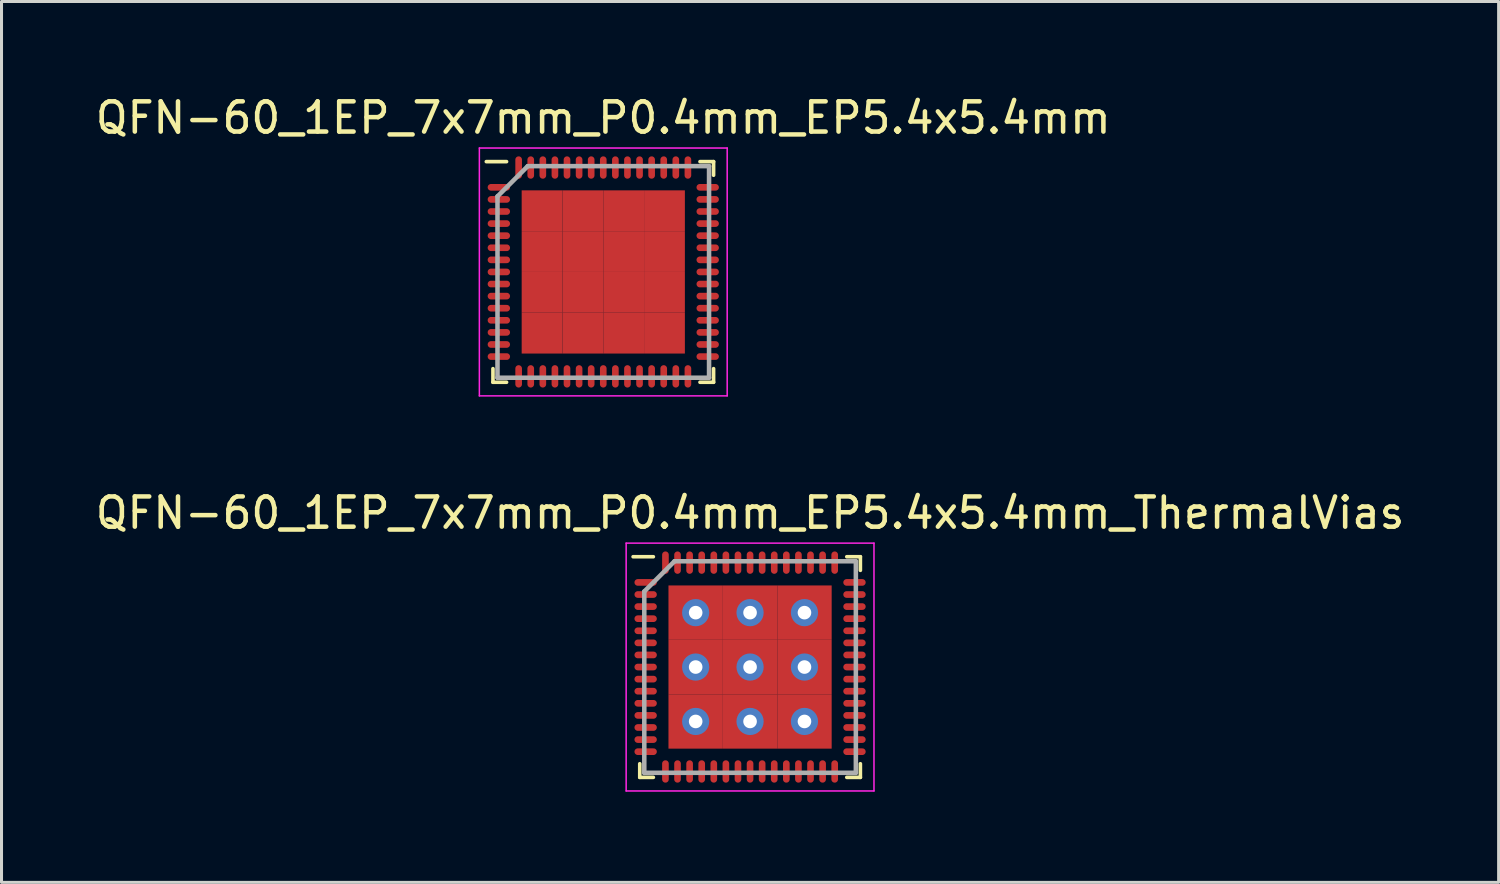
<source format=kicad_pcb>
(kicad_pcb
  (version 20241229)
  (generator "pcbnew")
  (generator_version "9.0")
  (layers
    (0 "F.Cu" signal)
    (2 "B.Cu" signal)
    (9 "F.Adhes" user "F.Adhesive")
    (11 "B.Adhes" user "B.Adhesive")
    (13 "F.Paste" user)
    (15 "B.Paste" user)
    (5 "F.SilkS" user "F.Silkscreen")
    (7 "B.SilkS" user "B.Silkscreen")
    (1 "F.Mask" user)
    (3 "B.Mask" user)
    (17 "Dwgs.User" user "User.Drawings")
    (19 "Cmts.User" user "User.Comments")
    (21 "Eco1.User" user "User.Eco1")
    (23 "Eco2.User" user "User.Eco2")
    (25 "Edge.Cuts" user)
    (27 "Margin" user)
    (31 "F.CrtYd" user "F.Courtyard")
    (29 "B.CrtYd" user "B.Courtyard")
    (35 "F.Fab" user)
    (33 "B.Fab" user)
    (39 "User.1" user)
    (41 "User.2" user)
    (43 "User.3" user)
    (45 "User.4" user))
  (footprint "QFN-60_1EP_7x7mm_P0.4mm_EP5.4x5.4mm"
    (layer "F.Cu")
    (at 16.911 5.948)
    (property "Reference" "QFN-60_1EP_7x7mm_P0.4mm_EP5.4x5.4mm" (at 0 -5.1 0) (layer "F.SilkS") (effects (font (size 1 1) (thickness 0.15))))
    (attr smd)
    (fp_line (start -3.65 3.65) (end -3.65 3.2) (stroke (width 0.12) (type solid)) (layer "F.SilkS"))
    (fp_line (start -3.2 -3.65) (end -3.87 -3.65) (stroke (width 0.12) (type solid)) (layer "F.SilkS"))
    (fp_line (start -3.2 3.65) (end -3.65 3.65) (stroke (width 0.12) (type solid)) (layer "F.SilkS"))
    (fp_line (start 3.2 -3.65) (end 3.65 -3.65) (stroke (width 0.12) (type solid)) (layer "F.SilkS"))
    (fp_line (start 3.2 3.65) (end 3.65 3.65) (stroke (width 0.12) (type solid)) (layer "F.SilkS"))
    (fp_line (start 3.65 -3.65) (end 3.65 -3.2) (stroke (width 0.12) (type solid)) (layer "F.SilkS"))
    (fp_line (start 3.65 3.65) (end 3.65 3.2) (stroke (width 0.12) (type solid)) (layer "F.SilkS"))
    (fp_line (start -4.1 -4.1) (end 4.1 -4.1) (stroke (width 0.05) (type solid)) (layer "F.CrtYd"))
    (fp_line (start -4.1 4.1) (end -4.1 -4.1) (stroke (width 0.05) (type solid)) (layer "F.CrtYd"))
    (fp_line (start 4.1 -4.1) (end 4.1 4.1) (stroke (width 0.05) (type solid)) (layer "F.CrtYd"))
    (fp_line (start 4.1 4.1) (end -4.1 4.1) (stroke (width 0.05) (type solid)) (layer "F.CrtYd"))
    (fp_line (start -3.5 -2.5) (end -3.5 3.5) (stroke (width 0.15) (type solid)) (layer "F.Fab"))
    (fp_line (start -3.5 3.5) (end 3.5 3.5) (stroke (width 0.15) (type solid)) (layer "F.Fab"))
    (fp_line (start -2.5 -3.5) (end -3.5 -2.5) (stroke (width 0.15) (type solid)) (layer "F.Fab"))
    (fp_line (start 3.5 -3.5) (end -2.5 -3.5) (stroke (width 0.15) (type solid)) (layer "F.Fab"))
    (fp_line (start 3.5 3.5) (end 3.5 -3.5) (stroke (width 0.15) (type solid)) (layer "F.Fab"))
    (pad "1" smd oval (at -3.455 -2.8 90) (size 0.22 0.74) (layers "F.Cu" "F.Mask" "F.Paste"))
    (pad "2" smd oval (at -3.455 -2.4 90) (size 0.22 0.74) (layers "F.Cu" "F.Mask" "F.Paste"))
    (pad "3" smd oval (at -3.455 -2 90) (size 0.22 0.74) (layers "F.Cu" "F.Mask" "F.Paste"))
    (pad "4" smd oval (at -3.455 -1.6 90) (size 0.22 0.74) (layers "F.Cu" "F.Mask" "F.Paste"))
    (pad "5" smd oval (at -3.455 -1.2 90) (size 0.22 0.74) (layers "F.Cu" "F.Mask" "F.Paste"))
    (pad "6" smd oval (at -3.455 -0.8 90) (size 0.22 0.74) (layers "F.Cu" "F.Mask" "F.Paste"))
    (pad "7" smd oval (at -3.455 -0.4 90) (size 0.22 0.74) (layers "F.Cu" "F.Mask" "F.Paste"))
    (pad "8" smd oval (at -3.455 0 90) (size 0.22 0.74) (layers "F.Cu" "F.Mask" "F.Paste"))
    (pad "9" smd oval (at -3.455 0.4 90) (size 0.22 0.74) (layers "F.Cu" "F.Mask" "F.Paste"))
    (pad "10" smd oval (at -3.455 0.8 90) (size 0.22 0.74) (layers "F.Cu" "F.Mask" "F.Paste"))
    (pad "11" smd oval (at -3.455 1.2 90) (size 0.22 0.74) (layers "F.Cu" "F.Mask" "F.Paste"))
    (pad "12" smd oval (at -3.455 1.6 90) (size 0.22 0.74) (layers "F.Cu" "F.Mask" "F.Paste"))
    (pad "13" smd oval (at -3.455 2 90) (size 0.22 0.74) (layers "F.Cu" "F.Mask" "F.Paste"))
    (pad "14" smd oval (at -3.455 2.4 90) (size 0.22 0.74) (layers "F.Cu" "F.Mask" "F.Paste"))
    (pad "15" smd oval (at -3.455 2.8 90) (size 0.22 0.74) (layers "F.Cu" "F.Mask" "F.Paste"))
    (pad "16" smd oval (at -2.8 3.455) (size 0.22 0.74) (layers "F.Cu" "F.Mask" "F.Paste"))
    (pad "17" smd oval (at -2.4 3.455) (size 0.22 0.74) (layers "F.Cu" "F.Mask" "F.Paste"))
    (pad "18" smd oval (at -2 3.455) (size 0.22 0.74) (layers "F.Cu" "F.Mask" "F.Paste"))
    (pad "19" smd oval (at -1.6 3.455) (size 0.22 0.74) (layers "F.Cu" "F.Mask" "F.Paste"))
    (pad "20" smd oval (at -1.2 3.455) (size 0.22 0.74) (layers "F.Cu" "F.Mask" "F.Paste"))
    (pad "21" smd oval (at -0.8 3.455) (size 0.22 0.74) (layers "F.Cu" "F.Mask" "F.Paste"))
    (pad "22" smd oval (at -0.4 3.455) (size 0.22 0.74) (layers "F.Cu" "F.Mask" "F.Paste"))
    (pad "23" smd oval (at 0 3.455) (size 0.22 0.74) (layers "F.Cu" "F.Mask" "F.Paste"))
    (pad "24" smd oval (at 0.4 3.455) (size 0.22 0.74) (layers "F.Cu" "F.Mask" "F.Paste"))
    (pad "25" smd oval (at 0.8 3.455) (size 0.22 0.74) (layers "F.Cu" "F.Mask" "F.Paste"))
    (pad "26" smd oval (at 1.2 3.455) (size 0.22 0.74) (layers "F.Cu" "F.Mask" "F.Paste"))
    (pad "27" smd oval (at 1.6 3.455) (size 0.22 0.74) (layers "F.Cu" "F.Mask" "F.Paste"))
    (pad "28" smd oval (at 2 3.455) (size 0.22 0.74) (layers "F.Cu" "F.Mask" "F.Paste"))
    (pad "29" smd oval (at 2.4 3.455) (size 0.22 0.74) (layers "F.Cu" "F.Mask" "F.Paste"))
    (pad "30" smd oval (at 2.8 3.455) (size 0.22 0.74) (layers "F.Cu" "F.Mask" "F.Paste"))
    (pad "31" smd oval (at 3.455 2.8 90) (size 0.22 0.74) (layers "F.Cu" "F.Mask" "F.Paste"))
    (pad "32" smd oval (at 3.455 2.4 90) (size 0.22 0.74) (layers "F.Cu" "F.Mask" "F.Paste"))
    (pad "33" smd oval (at 3.455 2 90) (size 0.22 0.74) (layers "F.Cu" "F.Mask" "F.Paste"))
    (pad "34" smd oval (at 3.455 1.6 90) (size 0.22 0.74) (layers "F.Cu" "F.Mask" "F.Paste"))
    (pad "35" smd oval (at 3.455 1.2 90) (size 0.22 0.74) (layers "F.Cu" "F.Mask" "F.Paste"))
    (pad "36" smd oval (at 3.455 0.8 90) (size 0.22 0.74) (layers "F.Cu" "F.Mask" "F.Paste"))
    (pad "37" smd oval (at 3.455 0.4 90) (size 0.22 0.74) (layers "F.Cu" "F.Mask" "F.Paste"))
    (pad "38" smd oval (at 3.455 0 90) (size 0.22 0.74) (layers "F.Cu" "F.Mask" "F.Paste"))
    (pad "39" smd oval (at 3.455 -0.4 90) (size 0.22 0.74) (layers "F.Cu" "F.Mask" "F.Paste"))
    (pad "40" smd oval (at 3.455 -0.8 90) (size 0.22 0.74) (layers "F.Cu" "F.Mask" "F.Paste"))
    (pad "41" smd oval (at 3.455 -1.2 90) (size 0.22 0.74) (layers "F.Cu" "F.Mask" "F.Paste"))
    (pad "42" smd oval (at 3.455 -1.6 90) (size 0.22 0.74) (layers "F.Cu" "F.Mask" "F.Paste"))
    (pad "43" smd oval (at 3.455 -2 90) (size 0.22 0.74) (layers "F.Cu" "F.Mask" "F.Paste"))
    (pad "44" smd oval (at 3.455 -2.4 90) (size 0.22 0.74) (layers "F.Cu" "F.Mask" "F.Paste"))
    (pad "45" smd oval (at 3.455 -2.8 90) (size 0.22 0.74) (layers "F.Cu" "F.Mask" "F.Paste"))
    (pad "46" smd oval (at 2.8 -3.455) (size 0.22 0.74) (layers "F.Cu" "F.Mask" "F.Paste"))
    (pad "47" smd oval (at 2.4 -3.455) (size 0.22 0.74) (layers "F.Cu" "F.Mask" "F.Paste"))
    (pad "48" smd oval (at 2 -3.455) (size 0.22 0.74) (layers "F.Cu" "F.Mask" "F.Paste"))
    (pad "49" smd oval (at 1.6 -3.455) (size 0.22 0.74) (layers "F.Cu" "F.Mask" "F.Paste"))
    (pad "50" smd oval (at 1.2 -3.455) (size 0.22 0.74) (layers "F.Cu" "F.Mask" "F.Paste"))
    (pad "51" smd oval (at 0.8 -3.455) (size 0.22 0.74) (layers "F.Cu" "F.Mask" "F.Paste"))
    (pad "52" smd oval (at 0.4 -3.455) (size 0.22 0.74) (layers "F.Cu" "F.Mask" "F.Paste"))
    (pad "53" smd oval (at 0 -3.455) (size 0.22 0.74) (layers "F.Cu" "F.Mask" "F.Paste"))
    (pad "54" smd oval (at -0.4 -3.455) (size 0.22 0.74) (layers "F.Cu" "F.Mask" "F.Paste"))
    (pad "55" smd oval (at -0.8 -3.455) (size 0.22 0.74) (layers "F.Cu" "F.Mask" "F.Paste"))
    (pad "56" smd oval (at -1.2 -3.455) (size 0.22 0.74) (layers "F.Cu" "F.Mask" "F.Paste"))
    (pad "57" smd oval (at -1.6 -3.455) (size 0.22 0.74) (layers "F.Cu" "F.Mask" "F.Paste"))
    (pad "58" smd oval (at -2 -3.455) (size 0.22 0.74) (layers "F.Cu" "F.Mask" "F.Paste"))
    (pad "59" smd oval (at -2.4 -3.455) (size 0.22 0.74) (layers "F.Cu" "F.Mask" "F.Paste"))
    (pad "60" smd oval (at -2.8 -3.455) (size 0.22 0.74) (layers "F.Cu" "F.Mask" "F.Paste"))
    (pad "61" smd rect (at -2.025 -2.025) (size 1.35 1.35) (layers "F.Cu" "F.Mask" "F.Paste"))
    (pad "61" smd rect (at -2.025 -0.675) (size 1.35 1.35) (layers "F.Cu" "F.Mask" "F.Paste"))
    (pad "61" smd rect (at -2.025 0.675) (size 1.35 1.35) (layers "F.Cu" "F.Mask" "F.Paste"))
    (pad "61" smd rect (at -2.025 2.025) (size 1.35 1.35) (layers "F.Cu" "F.Mask" "F.Paste"))
    (pad "61" smd rect (at -0.675 -2.025) (size 1.35 1.35) (layers "F.Cu" "F.Mask" "F.Paste"))
    (pad "61" smd rect (at -0.675 -0.675) (size 1.35 1.35) (layers "F.Cu" "F.Mask" "F.Paste"))
    (pad "61" smd rect (at -0.675 0.675) (size 1.35 1.35) (layers "F.Cu" "F.Mask" "F.Paste"))
    (pad "61" smd rect (at -0.675 2.025) (size 1.35 1.35) (layers "F.Cu" "F.Mask" "F.Paste"))
    (pad "61" smd rect (at 0.675 -2.025) (size 1.35 1.35) (layers "F.Cu" "F.Mask" "F.Paste"))
    (pad "61" smd rect (at 0.675 -0.675) (size 1.35 1.35) (layers "F.Cu" "F.Mask" "F.Paste"))
    (pad "61" smd rect (at 0.675 0.675) (size 1.35 1.35) (layers "F.Cu" "F.Mask" "F.Paste"))
    (pad "61" smd rect (at 0.675 2.025) (size 1.35 1.35) (layers "F.Cu" "F.Mask" "F.Paste"))
    (pad "61" smd rect (at 2.025 -2.025) (size 1.35 1.35) (layers "F.Cu" "F.Mask" "F.Paste"))
    (pad "61" smd rect (at 2.025 -0.675) (size 1.35 1.35) (layers "F.Cu" "F.Mask" "F.Paste"))
    (pad "61" smd rect (at 2.025 0.675) (size 1.35 1.35) (layers "F.Cu" "F.Mask" "F.Paste"))
    (pad "61" smd rect (at 2.025 2.025) (size 1.35 1.35) (layers "F.Cu" "F.Mask" "F.Paste")))
  (footprint "QFN-60_1EP_7x7mm_P0.4mm_EP5.4x5.4mm_ThermalVias"
    (layer "F.Cu")
    (at 21.768 19.021)
    (property "Reference" "QFN-60_1EP_7x7mm_P0.4mm_EP5.4x5.4mm_ThermalVias" (at 0 -5.1 0) (layer "F.SilkS") (effects (font (size 1 1) (thickness 0.15))))
    (attr smd)
    (fp_line (start -3.65 3.65) (end -3.65 3.2) (stroke (width 0.12) (type solid)) (layer "F.SilkS"))
    (fp_line (start -3.2 -3.65) (end -3.87 -3.65) (stroke (width 0.12) (type solid)) (layer "F.SilkS"))
    (fp_line (start -3.2 3.65) (end -3.65 3.65) (stroke (width 0.12) (type solid)) (layer "F.SilkS"))
    (fp_line (start 3.2 -3.65) (end 3.65 -3.65) (stroke (width 0.12) (type solid)) (layer "F.SilkS"))
    (fp_line (start 3.2 3.65) (end 3.65 3.65) (stroke (width 0.12) (type solid)) (layer "F.SilkS"))
    (fp_line (start 3.65 -3.65) (end 3.65 -3.2) (stroke (width 0.12) (type solid)) (layer "F.SilkS"))
    (fp_line (start 3.65 3.65) (end 3.65 3.2) (stroke (width 0.12) (type solid)) (layer "F.SilkS"))
    (fp_line (start -4.1 -4.1) (end 4.1 -4.1) (stroke (width 0.05) (type solid)) (layer "F.CrtYd"))
    (fp_line (start -4.1 4.1) (end -4.1 -4.1) (stroke (width 0.05) (type solid)) (layer "F.CrtYd"))
    (fp_line (start 4.1 -4.1) (end 4.1 4.1) (stroke (width 0.05) (type solid)) (layer "F.CrtYd"))
    (fp_line (start 4.1 4.1) (end -4.1 4.1) (stroke (width 0.05) (type solid)) (layer "F.CrtYd"))
    (fp_line (start -3.5 -2.5) (end -3.5 3.5) (stroke (width 0.15) (type solid)) (layer "F.Fab"))
    (fp_line (start -3.5 3.5) (end 3.5 3.5) (stroke (width 0.15) (type solid)) (layer "F.Fab"))
    (fp_line (start -2.5 -3.5) (end -3.5 -2.5) (stroke (width 0.15) (type solid)) (layer "F.Fab"))
    (fp_line (start 3.5 -3.5) (end -2.5 -3.5) (stroke (width 0.15) (type solid)) (layer "F.Fab"))
    (fp_line (start 3.5 3.5) (end 3.5 -3.5) (stroke (width 0.15) (type solid)) (layer "F.Fab"))
    (pad "1" smd oval (at -3.455 -2.8 90) (size 0.22 0.74) (layers "F.Cu" "F.Mask" "F.Paste"))
    (pad "2" smd oval (at -3.455 -2.4 90) (size 0.22 0.74) (layers "F.Cu" "F.Mask" "F.Paste"))
    (pad "3" smd oval (at -3.455 -2 90) (size 0.22 0.74) (layers "F.Cu" "F.Mask" "F.Paste"))
    (pad "4" smd oval (at -3.455 -1.6 90) (size 0.22 0.74) (layers "F.Cu" "F.Mask" "F.Paste"))
    (pad "5" smd oval (at -3.455 -1.2 90) (size 0.22 0.74) (layers "F.Cu" "F.Mask" "F.Paste"))
    (pad "6" smd oval (at -3.455 -0.8 90) (size 0.22 0.74) (layers "F.Cu" "F.Mask" "F.Paste"))
    (pad "7" smd oval (at -3.455 -0.4 90) (size 0.22 0.74) (layers "F.Cu" "F.Mask" "F.Paste"))
    (pad "8" smd oval (at -3.455 0 90) (size 0.22 0.74) (layers "F.Cu" "F.Mask" "F.Paste"))
    (pad "9" smd oval (at -3.455 0.4 90) (size 0.22 0.74) (layers "F.Cu" "F.Mask" "F.Paste"))
    (pad "10" smd oval (at -3.455 0.8 90) (size 0.22 0.74) (layers "F.Cu" "F.Mask" "F.Paste"))
    (pad "11" smd oval (at -3.455 1.2 90) (size 0.22 0.74) (layers "F.Cu" "F.Mask" "F.Paste"))
    (pad "12" smd oval (at -3.455 1.6 90) (size 0.22 0.74) (layers "F.Cu" "F.Mask" "F.Paste"))
    (pad "13" smd oval (at -3.455 2 90) (size 0.22 0.74) (layers "F.Cu" "F.Mask" "F.Paste"))
    (pad "14" smd oval (at -3.455 2.4 90) (size 0.22 0.74) (layers "F.Cu" "F.Mask" "F.Paste"))
    (pad "15" smd oval (at -3.455 2.8 90) (size 0.22 0.74) (layers "F.Cu" "F.Mask" "F.Paste"))
    (pad "16" smd oval (at -2.8 3.455) (size 0.22 0.74) (layers "F.Cu" "F.Mask" "F.Paste"))
    (pad "17" smd oval (at -2.4 3.455) (size 0.22 0.74) (layers "F.Cu" "F.Mask" "F.Paste"))
    (pad "18" smd oval (at -2 3.455) (size 0.22 0.74) (layers "F.Cu" "F.Mask" "F.Paste"))
    (pad "19" smd oval (at -1.6 3.455) (size 0.22 0.74) (layers "F.Cu" "F.Mask" "F.Paste"))
    (pad "20" smd oval (at -1.2 3.455) (size 0.22 0.74) (layers "F.Cu" "F.Mask" "F.Paste"))
    (pad "21" smd oval (at -0.8 3.455) (size 0.22 0.74) (layers "F.Cu" "F.Mask" "F.Paste"))
    (pad "22" smd oval (at -0.4 3.455) (size 0.22 0.74) (layers "F.Cu" "F.Mask" "F.Paste"))
    (pad "23" smd oval (at 0 3.455) (size 0.22 0.74) (layers "F.Cu" "F.Mask" "F.Paste"))
    (pad "24" smd oval (at 0.4 3.455) (size 0.22 0.74) (layers "F.Cu" "F.Mask" "F.Paste"))
    (pad "25" smd oval (at 0.8 3.455) (size 0.22 0.74) (layers "F.Cu" "F.Mask" "F.Paste"))
    (pad "26" smd oval (at 1.2 3.455) (size 0.22 0.74) (layers "F.Cu" "F.Mask" "F.Paste"))
    (pad "27" smd oval (at 1.6 3.455) (size 0.22 0.74) (layers "F.Cu" "F.Mask" "F.Paste"))
    (pad "28" smd oval (at 2 3.455) (size 0.22 0.74) (layers "F.Cu" "F.Mask" "F.Paste"))
    (pad "29" smd oval (at 2.4 3.455) (size 0.22 0.74) (layers "F.Cu" "F.Mask" "F.Paste"))
    (pad "30" smd oval (at 2.8 3.455) (size 0.22 0.74) (layers "F.Cu" "F.Mask" "F.Paste"))
    (pad "31" smd oval (at 3.455 2.8 90) (size 0.22 0.74) (layers "F.Cu" "F.Mask" "F.Paste"))
    (pad "32" smd oval (at 3.455 2.4 90) (size 0.22 0.74) (layers "F.Cu" "F.Mask" "F.Paste"))
    (pad "33" smd oval (at 3.455 2 90) (size 0.22 0.74) (layers "F.Cu" "F.Mask" "F.Paste"))
    (pad "34" smd oval (at 3.455 1.6 90) (size 0.22 0.74) (layers "F.Cu" "F.Mask" "F.Paste"))
    (pad "35" smd oval (at 3.455 1.2 90) (size 0.22 0.74) (layers "F.Cu" "F.Mask" "F.Paste"))
    (pad "36" smd oval (at 3.455 0.8 90) (size 0.22 0.74) (layers "F.Cu" "F.Mask" "F.Paste"))
    (pad "37" smd oval (at 3.455 0.4 90) (size 0.22 0.74) (layers "F.Cu" "F.Mask" "F.Paste"))
    (pad "38" smd oval (at 3.455 0 90) (size 0.22 0.74) (layers "F.Cu" "F.Mask" "F.Paste"))
    (pad "39" smd oval (at 3.455 -0.4 90) (size 0.22 0.74) (layers "F.Cu" "F.Mask" "F.Paste"))
    (pad "40" smd oval (at 3.455 -0.8 90) (size 0.22 0.74) (layers "F.Cu" "F.Mask" "F.Paste"))
    (pad "41" smd oval (at 3.455 -1.2 90) (size 0.22 0.74) (layers "F.Cu" "F.Mask" "F.Paste"))
    (pad "42" smd oval (at 3.455 -1.6 90) (size 0.22 0.74) (layers "F.Cu" "F.Mask" "F.Paste"))
    (pad "43" smd oval (at 3.455 -2 90) (size 0.22 0.74) (layers "F.Cu" "F.Mask" "F.Paste"))
    (pad "44" smd oval (at 3.455 -2.4 90) (size 0.22 0.74) (layers "F.Cu" "F.Mask" "F.Paste"))
    (pad "45" smd oval (at 3.455 -2.8 90) (size 0.22 0.74) (layers "F.Cu" "F.Mask" "F.Paste"))
    (pad "46" smd oval (at 2.8 -3.455) (size 0.22 0.74) (layers "F.Cu" "F.Mask" "F.Paste"))
    (pad "47" smd oval (at 2.4 -3.455) (size 0.22 0.74) (layers "F.Cu" "F.Mask" "F.Paste"))
    (pad "48" smd oval (at 2 -3.455) (size 0.22 0.74) (layers "F.Cu" "F.Mask" "F.Paste"))
    (pad "49" smd oval (at 1.6 -3.455) (size 0.22 0.74) (layers "F.Cu" "F.Mask" "F.Paste"))
    (pad "50" smd oval (at 1.2 -3.455) (size 0.22 0.74) (layers "F.Cu" "F.Mask" "F.Paste"))
    (pad "51" smd oval (at 0.8 -3.455) (size 0.22 0.74) (layers "F.Cu" "F.Mask" "F.Paste"))
    (pad "52" smd oval (at 0.4 -3.455) (size 0.22 0.74) (layers "F.Cu" "F.Mask" "F.Paste"))
    (pad "53" smd oval (at 0 -3.455) (size 0.22 0.74) (layers "F.Cu" "F.Mask" "F.Paste"))
    (pad "54" smd oval (at -0.4 -3.455) (size 0.22 0.74) (layers "F.Cu" "F.Mask" "F.Paste"))
    (pad "55" smd oval (at -0.8 -3.455) (size 0.22 0.74) (layers "F.Cu" "F.Mask" "F.Paste"))
    (pad "56" smd oval (at -1.2 -3.455) (size 0.22 0.74) (layers "F.Cu" "F.Mask" "F.Paste"))
    (pad "57" smd oval (at -1.6 -3.455) (size 0.22 0.74) (layers "F.Cu" "F.Mask" "F.Paste"))
    (pad "58" smd oval (at -2 -3.455) (size 0.22 0.74) (layers "F.Cu" "F.Mask" "F.Paste"))
    (pad "59" smd oval (at -2.4 -3.455) (size 0.22 0.74) (layers "F.Cu" "F.Mask" "F.Paste"))
    (pad "60" smd oval (at -2.8 -3.455) (size 0.22 0.74) (layers "F.Cu" "F.Mask" "F.Paste"))
    (pad "61" thru_hole circle (at -1.8 -1.8) (size 0.9 0.9) (drill 0.45) (layers "*.Cu" "*.Mask"))
    (pad "61" smd rect (at -1.8 -1.8) (size 1.8 1.8) (layers "F.Cu" "F.Mask" "F.Paste"))
    (pad "61" thru_hole circle (at -1.8 0) (size 0.9 0.9) (drill 0.45) (layers "*.Cu" "*.Mask"))
    (pad "61" smd rect (at -1.8 0) (size 1.8 1.8) (layers "F.Cu" "F.Mask" "F.Paste"))
    (pad "61" thru_hole circle (at -1.8 1.8) (size 0.9 0.9) (drill 0.45) (layers "*.Cu" "*.Mask"))
    (pad "61" smd rect (at -1.8 1.8) (size 1.8 1.8) (layers "F.Cu" "F.Mask" "F.Paste"))
    (pad "61" thru_hole circle (at 0 -1.8) (size 0.9 0.9) (drill 0.45) (layers "*.Cu" "*.Mask"))
    (pad "61" smd rect (at 0 -1.8) (size 1.8 1.8) (layers "F.Cu" "F.Mask" "F.Paste"))
    (pad "61" thru_hole circle (at 0 0) (size 0.9 0.9) (drill 0.45) (layers "*.Cu" "*.Mask"))
    (pad "61" smd rect (at 0 0) (size 1.8 1.8) (layers "F.Cu" "F.Mask" "F.Paste"))
    (pad "61" thru_hole circle (at 0 1.8) (size 0.9 0.9) (drill 0.45) (layers "*.Cu" "*.Mask"))
    (pad "61" smd rect (at 0 1.8) (size 1.8 1.8) (layers "F.Cu" "F.Mask" "F.Paste"))
    (pad "61" thru_hole circle (at 1.8 -1.8) (size 0.9 0.9) (drill 0.45) (layers "*.Cu" "*.Mask"))
    (pad "61" smd rect (at 1.8 -1.8) (size 1.8 1.8) (layers "F.Cu" "F.Mask" "F.Paste"))
    (pad "61" thru_hole circle (at 1.8 0) (size 0.9 0.9) (drill 0.45) (layers "*.Cu" "*.Mask"))
    (pad "61" smd rect (at 1.8 0) (size 1.8 1.8) (layers "F.Cu" "F.Mask" "F.Paste"))
    (pad "61" thru_hole circle (at 1.8 1.8) (size 0.9 0.9) (drill 0.45) (layers "*.Cu" "*.Mask"))
    (pad "61" smd rect (at 1.8 1.8) (size 1.8 1.8) (layers "F.Cu" "F.Mask" "F.Paste")))
  (gr_rect
    (start -3 -3)
    (end 46.536 26.146)
    (stroke (width 0.1) (type default))
    (fill no)
    (layer "Edge.Cuts")))
</source>
